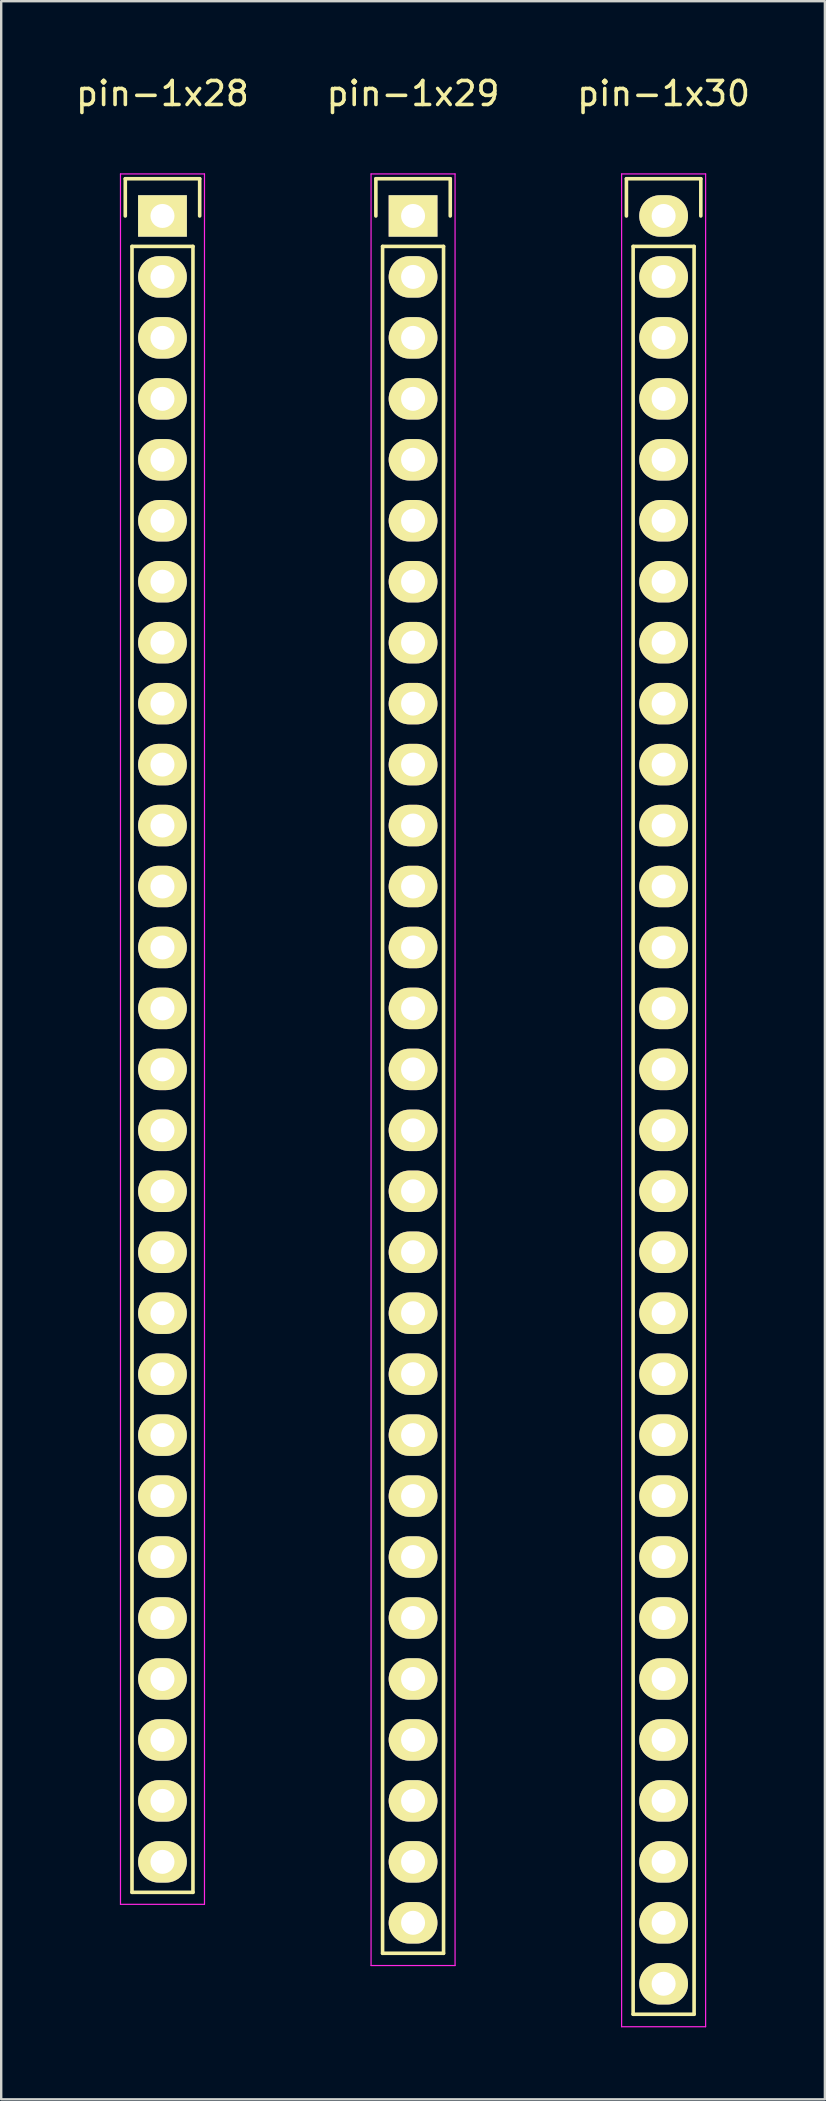
<source format=kicad_pcb>
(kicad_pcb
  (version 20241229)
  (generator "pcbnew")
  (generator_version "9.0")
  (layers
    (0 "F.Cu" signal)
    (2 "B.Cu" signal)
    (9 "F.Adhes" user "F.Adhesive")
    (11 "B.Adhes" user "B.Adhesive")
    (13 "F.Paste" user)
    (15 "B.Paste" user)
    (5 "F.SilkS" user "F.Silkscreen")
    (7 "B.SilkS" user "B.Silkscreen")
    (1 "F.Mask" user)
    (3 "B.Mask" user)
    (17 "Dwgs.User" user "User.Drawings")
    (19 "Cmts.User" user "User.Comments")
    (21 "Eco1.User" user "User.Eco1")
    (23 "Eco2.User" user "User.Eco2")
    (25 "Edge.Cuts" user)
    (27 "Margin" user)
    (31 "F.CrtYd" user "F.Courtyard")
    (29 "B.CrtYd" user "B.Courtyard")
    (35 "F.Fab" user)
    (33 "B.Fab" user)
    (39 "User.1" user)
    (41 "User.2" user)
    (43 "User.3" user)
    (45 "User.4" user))
  (footprint "pin-1x28"
    (layer "F.Cu")
    (at 3.72 5.948)
    (property "Reference" "pin-1x28" (at 0 -5.1 0) (layer "F.SilkS") (effects (font (size 1 1) (thickness 0.15))))
    (attr through_hole)
    (fp_line (start -1.55 -1.55) (end 1.55 -1.55) (stroke (width 0.15) (type solid)) (layer "F.SilkS"))
    (fp_line (start -1.55 0) (end -1.55 -1.55) (stroke (width 0.15) (type solid)) (layer "F.SilkS"))
    (fp_line (start -1.27 1.27) (end -1.27 69.85) (stroke (width 0.15) (type solid)) (layer "F.SilkS"))
    (fp_line (start -1.27 69.85) (end 1.27 69.85) (stroke (width 0.15) (type solid)) (layer "F.SilkS"))
    (fp_line (start 1.27 1.27) (end -1.27 1.27) (stroke (width 0.15) (type solid)) (layer "F.SilkS"))
    (fp_line (start 1.27 69.85) (end 1.27 1.27) (stroke (width 0.15) (type solid)) (layer "F.SilkS"))
    (fp_line (start 1.55 -1.55) (end 1.55 0) (stroke (width 0.15) (type solid)) (layer "F.SilkS"))
    (fp_line (start -1.75 -1.75) (end -1.75 70.35) (stroke (width 0.05) (type solid)) (layer "F.CrtYd"))
    (fp_line (start -1.75 -1.75) (end 1.75 -1.75) (stroke (width 0.05) (type solid)) (layer "F.CrtYd"))
    (fp_line (start -1.75 70.35) (end 1.75 70.35) (stroke (width 0.05) (type solid)) (layer "F.CrtYd"))
    (fp_line (start 1.75 -1.75) (end 1.75 70.35) (stroke (width 0.05) (type solid)) (layer "F.CrtYd"))
    (pad "1" thru_hole rect (at 0 0) (size 2.032 1.727) (drill 1) (layers "*.Cu" "*.Mask" "F.SilkS"))
    (pad "2" thru_hole oval (at 0 2.54) (size 2.032 1.727) (drill 1) (layers "*.Cu" "*.Mask" "F.SilkS"))
    (pad "3" thru_hole oval (at 0 5.08) (size 2.032 1.727) (drill 1) (layers "*.Cu" "*.Mask" "F.SilkS"))
    (pad "4" thru_hole oval (at 0 7.62) (size 2.032 1.727) (drill 1) (layers "*.Cu" "*.Mask" "F.SilkS"))
    (pad "5" thru_hole oval (at 0 10.16) (size 2.032 1.727) (drill 1) (layers "*.Cu" "*.Mask" "F.SilkS"))
    (pad "6" thru_hole oval (at 0 12.7) (size 2.032 1.727) (drill 1) (layers "*.Cu" "*.Mask" "F.SilkS"))
    (pad "7" thru_hole oval (at 0 15.24) (size 2.032 1.727) (drill 1) (layers "*.Cu" "*.Mask" "F.SilkS"))
    (pad "8" thru_hole oval (at 0 17.78) (size 2.032 1.727) (drill 1) (layers "*.Cu" "*.Mask" "F.SilkS"))
    (pad "9" thru_hole oval (at 0 20.32) (size 2.032 1.727) (drill 1) (layers "*.Cu" "*.Mask" "F.SilkS"))
    (pad "10" thru_hole oval (at 0 22.86) (size 2.032 1.727) (drill 1) (layers "*.Cu" "*.Mask" "F.SilkS"))
    (pad "11" thru_hole oval (at 0 25.4) (size 2.032 1.727) (drill 1) (layers "*.Cu" "*.Mask" "F.SilkS"))
    (pad "12" thru_hole oval (at 0 27.94) (size 2.032 1.727) (drill 1) (layers "*.Cu" "*.Mask" "F.SilkS"))
    (pad "13" thru_hole oval (at 0 30.48) (size 2.032 1.727) (drill 1) (layers "*.Cu" "*.Mask" "F.SilkS"))
    (pad "14" thru_hole oval (at 0 33.02) (size 2.032 1.727) (drill 1) (layers "*.Cu" "*.Mask" "F.SilkS"))
    (pad "15" thru_hole oval (at 0 35.56) (size 2.032 1.727) (drill 1) (layers "*.Cu" "*.Mask" "F.SilkS"))
    (pad "16" thru_hole oval (at 0 38.1) (size 2.032 1.727) (drill 1) (layers "*.Cu" "*.Mask" "F.SilkS"))
    (pad "17" thru_hole oval (at 0 40.64) (size 2.032 1.727) (drill 1) (layers "*.Cu" "*.Mask" "F.SilkS"))
    (pad "18" thru_hole oval (at 0 43.18) (size 2.032 1.727) (drill 1) (layers "*.Cu" "*.Mask" "F.SilkS"))
    (pad "19" thru_hole oval (at 0 45.72) (size 2.032 1.727) (drill 1) (layers "*.Cu" "*.Mask" "F.SilkS"))
    (pad "20" thru_hole oval (at 0 48.26) (size 2.032 1.727) (drill 1) (layers "*.Cu" "*.Mask" "F.SilkS"))
    (pad "21" thru_hole oval (at 0 50.8) (size 2.032 1.727) (drill 1) (layers "*.Cu" "*.Mask" "F.SilkS"))
    (pad "22" thru_hole oval (at 0 53.34) (size 2.032 1.727) (drill 1) (layers "*.Cu" "*.Mask" "F.SilkS"))
    (pad "23" thru_hole oval (at 0 55.88) (size 2.032 1.727) (drill 1) (layers "*.Cu" "*.Mask" "F.SilkS"))
    (pad "24" thru_hole oval (at 0 58.42) (size 2.032 1.727) (drill 1) (layers "*.Cu" "*.Mask" "F.SilkS"))
    (pad "25" thru_hole oval (at 0 60.96) (size 2.032 1.727) (drill 1) (layers "*.Cu" "*.Mask" "F.SilkS"))
    (pad "26" thru_hole oval (at 0 63.5) (size 2.032 1.727) (drill 1) (layers "*.Cu" "*.Mask" "F.SilkS"))
    (pad "27" thru_hole oval (at 0 66.04) (size 2.032 1.727) (drill 1) (layers "*.Cu" "*.Mask" "F.SilkS"))
    (pad "28" thru_hole oval (at 0 68.58) (size 2.032 1.727) (drill 1) (layers "*.Cu" "*.Mask" "F.SilkS")))
  (footprint "pin-1x30"
    (layer "F.Cu")
    (at 24.601 5.948)
    (property "Reference" "pin-1x30" (at 0 -5.1 0) (layer "F.SilkS") (effects (font (size 1 1) (thickness 0.15))))
    (attr through_hole)
    (fp_line (start -1.55 -1.55) (end 1.55 -1.55) (stroke (width 0.15) (type solid)) (layer "F.SilkS"))
    (fp_line (start -1.55 0) (end -1.55 -1.55) (stroke (width 0.15) (type solid)) (layer "F.SilkS"))
    (fp_line (start -1.27 1.27) (end -1.27 74.93) (stroke (width 0.15) (type solid)) (layer "F.SilkS"))
    (fp_line (start -1.27 74.93) (end 1.27 74.93) (stroke (width 0.15) (type solid)) (layer "F.SilkS"))
    (fp_line (start 1.27 1.27) (end -1.27 1.27) (stroke (width 0.15) (type solid)) (layer "F.SilkS"))
    (fp_line (start 1.27 74.93) (end 1.27 1.27) (stroke (width 0.15) (type solid)) (layer "F.SilkS"))
    (fp_line (start 1.55 -1.55) (end 1.55 0) (stroke (width 0.15) (type solid)) (layer "F.SilkS"))
    (fp_line (start -1.75 -1.75) (end -1.75 75.45) (stroke (width 0.05) (type solid)) (layer "F.CrtYd"))
    (fp_line (start -1.75 -1.75) (end 1.75 -1.75) (stroke (width 0.05) (type solid)) (layer "F.CrtYd"))
    (fp_line (start -1.75 75.45) (end 1.75 75.45) (stroke (width 0.05) (type solid)) (layer "F.CrtYd"))
    (fp_line (start 1.75 -1.75) (end 1.75 75.45) (stroke (width 0.05) (type solid)) (layer "F.CrtYd"))
    (pad "1" thru_hole oval (at 0 0) (size 2.032 1.727) (drill 1) (layers "*.Cu" "*.Mask" "F.SilkS"))
    (pad "2" thru_hole oval (at 0 2.54) (size 2.032 1.727) (drill 1) (layers "*.Cu" "*.Mask" "F.SilkS"))
    (pad "3" thru_hole oval (at 0 5.08) (size 2.032 1.727) (drill 1) (layers "*.Cu" "*.Mask" "F.SilkS"))
    (pad "4" thru_hole oval (at 0 7.62) (size 2.032 1.727) (drill 1) (layers "*.Cu" "*.Mask" "F.SilkS"))
    (pad "5" thru_hole oval (at 0 10.16) (size 2.032 1.727) (drill 1) (layers "*.Cu" "*.Mask" "F.SilkS"))
    (pad "6" thru_hole oval (at 0 12.7) (size 2.032 1.727) (drill 1) (layers "*.Cu" "*.Mask" "F.SilkS"))
    (pad "7" thru_hole oval (at 0 15.24) (size 2.032 1.727) (drill 1) (layers "*.Cu" "*.Mask" "F.SilkS"))
    (pad "8" thru_hole oval (at 0 17.78) (size 2.032 1.727) (drill 1) (layers "*.Cu" "*.Mask" "F.SilkS"))
    (pad "9" thru_hole oval (at 0 20.32) (size 2.032 1.727) (drill 1) (layers "*.Cu" "*.Mask" "F.SilkS"))
    (pad "10" thru_hole oval (at 0 22.86) (size 2.032 1.727) (drill 1) (layers "*.Cu" "*.Mask" "F.SilkS"))
    (pad "11" thru_hole oval (at 0 25.4) (size 2.032 1.727) (drill 1) (layers "*.Cu" "*.Mask" "F.SilkS"))
    (pad "12" thru_hole oval (at 0 27.94) (size 2.032 1.727) (drill 1) (layers "*.Cu" "*.Mask" "F.SilkS"))
    (pad "13" thru_hole oval (at 0 30.48) (size 2.032 1.727) (drill 1) (layers "*.Cu" "*.Mask" "F.SilkS"))
    (pad "14" thru_hole oval (at 0 33.02) (size 2.032 1.727) (drill 1) (layers "*.Cu" "*.Mask" "F.SilkS"))
    (pad "15" thru_hole oval (at 0 35.56) (size 2.032 1.727) (drill 1) (layers "*.Cu" "*.Mask" "F.SilkS"))
    (pad "16" thru_hole oval (at 0 38.1) (size 2.032 1.727) (drill 1) (layers "*.Cu" "*.Mask" "F.SilkS"))
    (pad "17" thru_hole oval (at 0 40.64) (size 2.032 1.727) (drill 1) (layers "*.Cu" "*.Mask" "F.SilkS"))
    (pad "18" thru_hole oval (at 0 43.18) (size 2.032 1.727) (drill 1) (layers "*.Cu" "*.Mask" "F.SilkS"))
    (pad "19" thru_hole oval (at 0 45.72) (size 2.032 1.727) (drill 1) (layers "*.Cu" "*.Mask" "F.SilkS"))
    (pad "20" thru_hole oval (at 0 48.26) (size 2.032 1.727) (drill 1) (layers "*.Cu" "*.Mask" "F.SilkS"))
    (pad "21" thru_hole oval (at 0 50.8) (size 2.032 1.727) (drill 1) (layers "*.Cu" "*.Mask" "F.SilkS"))
    (pad "22" thru_hole oval (at 0 53.34) (size 2.032 1.727) (drill 1) (layers "*.Cu" "*.Mask" "F.SilkS"))
    (pad "23" thru_hole oval (at 0 55.88) (size 2.032 1.727) (drill 1) (layers "*.Cu" "*.Mask" "F.SilkS"))
    (pad "24" thru_hole oval (at 0 58.42) (size 2.032 1.727) (drill 1) (layers "*.Cu" "*.Mask" "F.SilkS"))
    (pad "25" thru_hole oval (at 0 60.96) (size 2.032 1.727) (drill 1) (layers "*.Cu" "*.Mask" "F.SilkS"))
    (pad "26" thru_hole oval (at 0 63.5) (size 2.032 1.727) (drill 1) (layers "*.Cu" "*.Mask" "F.SilkS"))
    (pad "27" thru_hole oval (at 0 66.04) (size 2.032 1.727) (drill 1) (layers "*.Cu" "*.Mask" "F.SilkS"))
    (pad "28" thru_hole oval (at 0 68.58) (size 2.032 1.727) (drill 1) (layers "*.Cu" "*.Mask" "F.SilkS"))
    (pad "29" thru_hole oval (at 0 71.12) (size 2.032 1.727) (drill 1) (layers "*.Cu" "*.Mask" "F.SilkS"))
    (pad "30" thru_hole oval (at 0 73.66) (size 2.032 1.727) (drill 1) (layers "*.Cu" "*.Mask" "F.SilkS")))
  (footprint "pin-1x29"
    (layer "F.Cu")
    (at 14.161 5.948)
    (property "Reference" "pin-1x29" (at 0 -5.1 0) (layer "F.SilkS") (effects (font (size 1 1) (thickness 0.15))))
    (attr through_hole)
    (fp_line (start -1.55 -1.55) (end 1.55 -1.55) (stroke (width 0.15) (type solid)) (layer "F.SilkS"))
    (fp_line (start -1.55 0) (end -1.55 -1.55) (stroke (width 0.15) (type solid)) (layer "F.SilkS"))
    (fp_line (start -1.27 1.27) (end -1.27 72.39) (stroke (width 0.15) (type solid)) (layer "F.SilkS"))
    (fp_line (start -1.27 72.39) (end 1.27 72.39) (stroke (width 0.15) (type solid)) (layer "F.SilkS"))
    (fp_line (start 1.27 1.27) (end -1.27 1.27) (stroke (width 0.15) (type solid)) (layer "F.SilkS"))
    (fp_line (start 1.27 72.39) (end 1.27 1.27) (stroke (width 0.15) (type solid)) (layer "F.SilkS"))
    (fp_line (start 1.55 -1.55) (end 1.55 0) (stroke (width 0.15) (type solid)) (layer "F.SilkS"))
    (fp_line (start -1.75 -1.75) (end -1.75 72.9) (stroke (width 0.05) (type solid)) (layer "F.CrtYd"))
    (fp_line (start -1.75 -1.75) (end 1.75 -1.75) (stroke (width 0.05) (type solid)) (layer "F.CrtYd"))
    (fp_line (start -1.75 72.9) (end 1.75 72.9) (stroke (width 0.05) (type solid)) (layer "F.CrtYd"))
    (fp_line (start 1.75 -1.75) (end 1.75 72.9) (stroke (width 0.05) (type solid)) (layer "F.CrtYd"))
    (pad "1" thru_hole rect (at 0 0) (size 2.032 1.727) (drill 1) (layers "*.Cu" "*.Mask" "F.SilkS"))
    (pad "2" thru_hole oval (at 0 2.54) (size 2.032 1.727) (drill 1) (layers "*.Cu" "*.Mask" "F.SilkS"))
    (pad "3" thru_hole oval (at 0 5.08) (size 2.032 1.727) (drill 1) (layers "*.Cu" "*.Mask" "F.SilkS"))
    (pad "4" thru_hole oval (at 0 7.62) (size 2.032 1.727) (drill 1) (layers "*.Cu" "*.Mask" "F.SilkS"))
    (pad "5" thru_hole oval (at 0 10.16) (size 2.032 1.727) (drill 1) (layers "*.Cu" "*.Mask" "F.SilkS"))
    (pad "6" thru_hole oval (at 0 12.7) (size 2.032 1.727) (drill 1) (layers "*.Cu" "*.Mask" "F.SilkS"))
    (pad "7" thru_hole oval (at 0 15.24) (size 2.032 1.727) (drill 1) (layers "*.Cu" "*.Mask" "F.SilkS"))
    (pad "8" thru_hole oval (at 0 17.78) (size 2.032 1.727) (drill 1) (layers "*.Cu" "*.Mask" "F.SilkS"))
    (pad "9" thru_hole oval (at 0 20.32) (size 2.032 1.727) (drill 1) (layers "*.Cu" "*.Mask" "F.SilkS"))
    (pad "10" thru_hole oval (at 0 22.86) (size 2.032 1.727) (drill 1) (layers "*.Cu" "*.Mask" "F.SilkS"))
    (pad "11" thru_hole oval (at 0 25.4) (size 2.032 1.727) (drill 1) (layers "*.Cu" "*.Mask" "F.SilkS"))
    (pad "12" thru_hole oval (at 0 27.94) (size 2.032 1.727) (drill 1) (layers "*.Cu" "*.Mask" "F.SilkS"))
    (pad "13" thru_hole oval (at 0 30.48) (size 2.032 1.727) (drill 1) (layers "*.Cu" "*.Mask" "F.SilkS"))
    (pad "14" thru_hole oval (at 0 33.02) (size 2.032 1.727) (drill 1) (layers "*.Cu" "*.Mask" "F.SilkS"))
    (pad "15" thru_hole oval (at 0 35.56) (size 2.032 1.727) (drill 1) (layers "*.Cu" "*.Mask" "F.SilkS"))
    (pad "16" thru_hole oval (at 0 38.1) (size 2.032 1.727) (drill 1) (layers "*.Cu" "*.Mask" "F.SilkS"))
    (pad "17" thru_hole oval (at 0 40.64) (size 2.032 1.727) (drill 1) (layers "*.Cu" "*.Mask" "F.SilkS"))
    (pad "18" thru_hole oval (at 0 43.18) (size 2.032 1.727) (drill 1) (layers "*.Cu" "*.Mask" "F.SilkS"))
    (pad "19" thru_hole oval (at 0 45.72) (size 2.032 1.727) (drill 1) (layers "*.Cu" "*.Mask" "F.SilkS"))
    (pad "20" thru_hole oval (at 0 48.26) (size 2.032 1.727) (drill 1) (layers "*.Cu" "*.Mask" "F.SilkS"))
    (pad "21" thru_hole oval (at 0 50.8) (size 2.032 1.727) (drill 1) (layers "*.Cu" "*.Mask" "F.SilkS"))
    (pad "22" thru_hole oval (at 0 53.34) (size 2.032 1.727) (drill 1) (layers "*.Cu" "*.Mask" "F.SilkS"))
    (pad "23" thru_hole oval (at 0 55.88) (size 2.032 1.727) (drill 1) (layers "*.Cu" "*.Mask" "F.SilkS"))
    (pad "24" thru_hole oval (at 0 58.42) (size 2.032 1.727) (drill 1) (layers "*.Cu" "*.Mask" "F.SilkS"))
    (pad "25" thru_hole oval (at 0 60.96) (size 2.032 1.727) (drill 1) (layers "*.Cu" "*.Mask" "F.SilkS"))
    (pad "26" thru_hole oval (at 0 63.5) (size 2.032 1.727) (drill 1) (layers "*.Cu" "*.Mask" "F.SilkS"))
    (pad "27" thru_hole oval (at 0 66.04) (size 2.032 1.727) (drill 1) (layers "*.Cu" "*.Mask" "F.SilkS"))
    (pad "28" thru_hole oval (at 0 68.58) (size 2.032 1.727) (drill 1) (layers "*.Cu" "*.Mask" "F.SilkS"))
    (pad "29" thru_hole oval (at 0 71.12) (size 2.032 1.727) (drill 1) (layers "*.Cu" "*.Mask" "F.SilkS")))
  (gr_rect
    (start -3 -3)
    (end 31.321 84.423)
    (stroke (width 0.1) (type default))
    (fill no)
    (layer "Edge.Cuts")))
</source>
